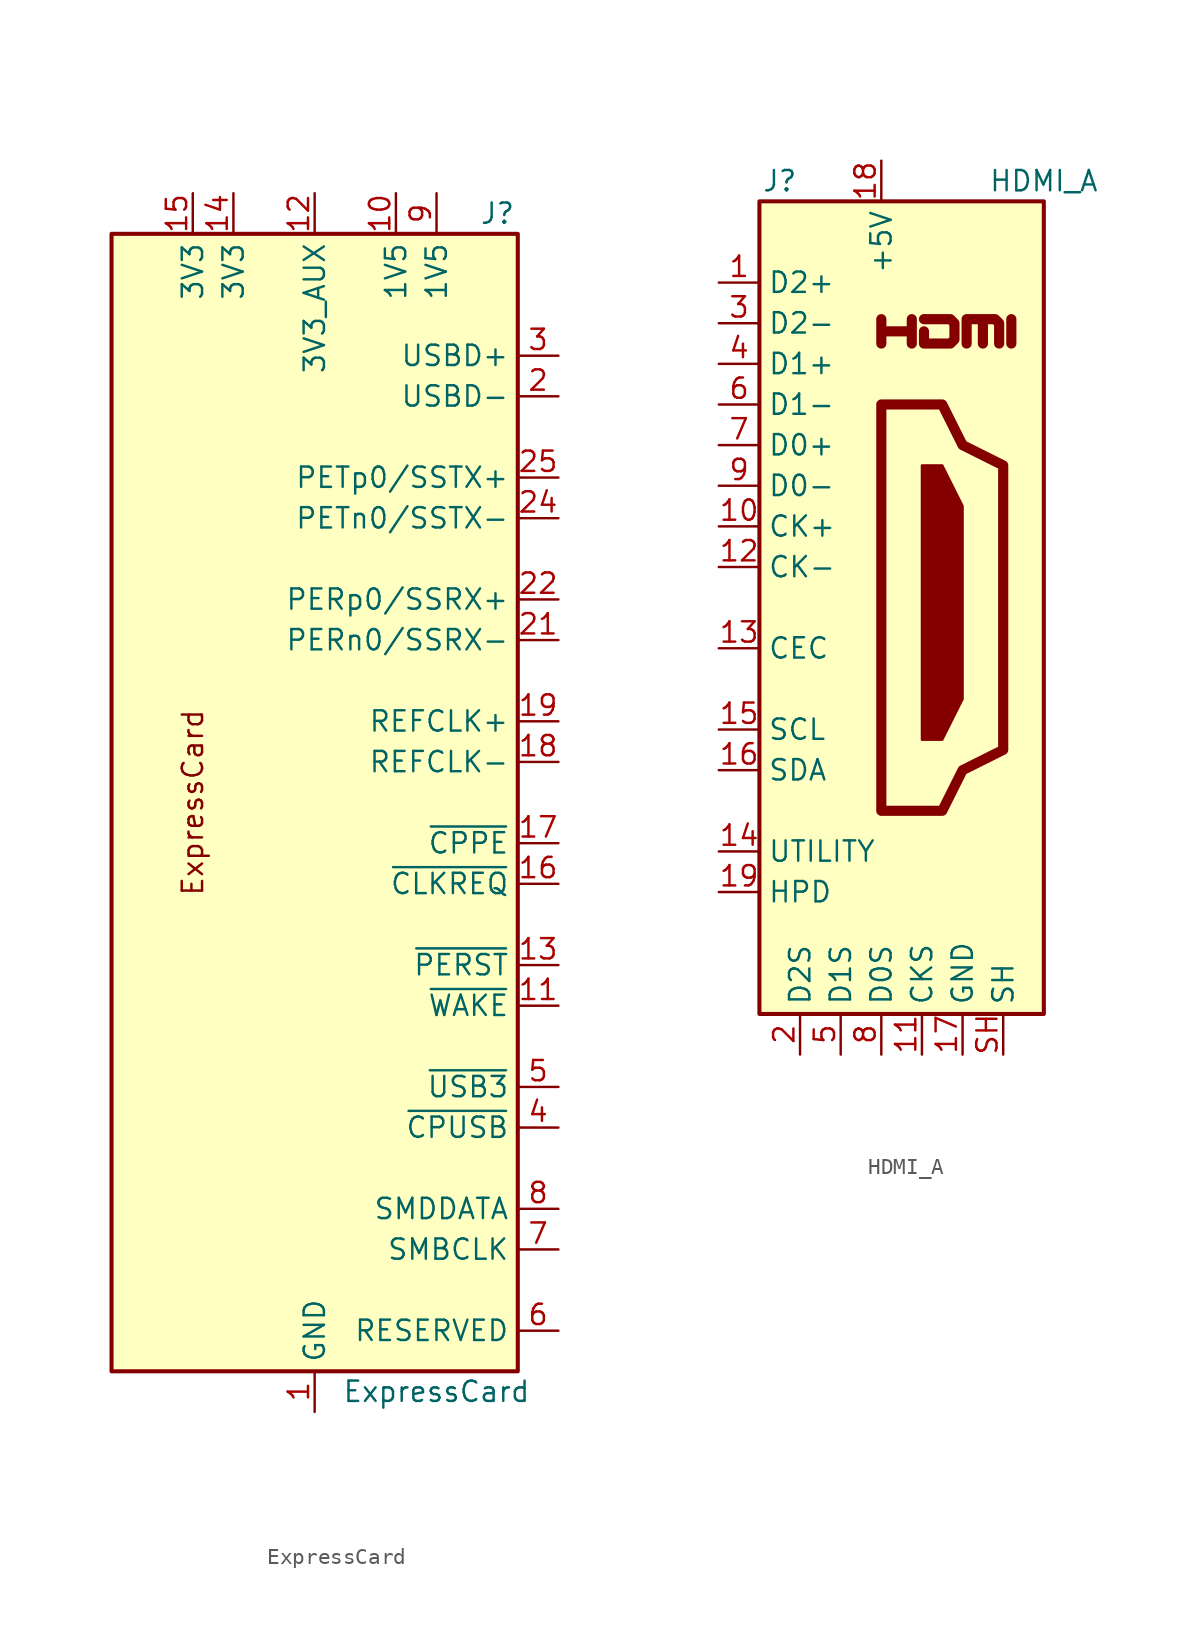
<source format=kicad_sym>
(kicad_symbol_lib
  (version 20220914)
  (generator kicad_symbol_editor)
  (symbol "ExpressCard"
    (property "Reference" "J"
      (at 11.43 36.83 0)
      (effects (font (size 1.27 1.27))))
    (property "Value" "ExpressCard"
      (at 7.62 -36.83 0)
      (effects (font (size 1.27 1.27))))
    (symbol "ExpressCard_0_0"
      (text "ExpressCard" (at -7.62 0 900) (effects (font (size 1.27 1.27)))))
    (symbol "ExpressCard_0_1"
      (rectangle (start -12.7 35.56) (end 12.7 -35.56) (stroke (width 0.254) (type solid)) (fill (type background))))
    (symbol "ExpressCard_1_1"
      (pin power_out line (at 0 -38.1 90) (length 2.54) (name "GND" (effects (font (size 1.27 1.27)))) (number "1" (effects (font (size 1.27 1.27)))))
      (pin power_out line (at 5.08 38.1 270) (length 2.54) (name "1V5" (effects (font (size 1.27 1.27)))) (number "10" (effects (font (size 1.27 1.27)))))
      (pin input line (at 15.24 -12.7 180) (length 2.54) (name "~{WAKE}" (effects (font (size 1.27 1.27)))) (number "11" (effects (font (size 1.27 1.27)))))
      (pin power_out line (at 0 38.1 270) (length 2.54) (name "3V3_AUX" (effects (font (size 1.27 1.27)))) (number "12" (effects (font (size 1.27 1.27)))))
      (pin output line (at 15.24 -10.16 180) (length 2.54) (name "~{PERST}" (effects (font (size 1.27 1.27)))) (number "13" (effects (font (size 1.27 1.27)))))
      (pin power_out line (at -5.08 38.1 270) (length 2.54) (name "3V3" (effects (font (size 1.27 1.27)))) (number "14" (effects (font (size 1.27 1.27)))))
      (pin power_out line (at -7.62 38.1 270) (length 2.54) (name "3V3" (effects (font (size 1.27 1.27)))) (number "15" (effects (font (size 1.27 1.27)))))
      (pin input line (at 15.24 -5.08 180) (length 2.54) (name "~{CLKREQ}" (effects (font (size 1.27 1.27)))) (number "16" (effects (font (size 1.27 1.27)))))
      (pin input line (at 15.24 -2.54 180) (length 2.54) (name "~{CPPE}" (effects (font (size 1.27 1.27)))) (number "17" (effects (font (size 1.27 1.27)))))
      (pin output line (at 15.24 2.54 180) (length 2.54) (name "REFCLK-" (effects (font (size 1.27 1.27)))) (number "18" (effects (font (size 1.27 1.27)))))
      (pin output line (at 15.24 5.08 180) (length 2.54) (name "REFCLK+" (effects (font (size 1.27 1.27)))) (number "19" (effects (font (size 1.27 1.27)))))
      (pin bidirectional line (at 15.24 25.4 180) (length 2.54) (name "USBD-" (effects (font (size 1.27 1.27)))) (number "2" (effects (font (size 1.27 1.27)))))
      (pin passive line (at 0 -38.1 90) (length 2.54) hide (name "GND" (effects (font (size 1.27 1.27)))) (number "20" (effects (font (size 1.27 1.27)))))
      (pin input line (at 15.24 10.16 180) (length 2.54) (name "PERn0/SSRX-" (effects (font (size 1.27 1.27)))) (number "21" (effects (font (size 1.27 1.27)))))
      (pin input line (at 15.24 12.7 180) (length 2.54) (name "PERp0/SSRX+" (effects (font (size 1.27 1.27)))) (number "22" (effects (font (size 1.27 1.27)))))
      (pin passive line (at 0 -38.1 90) (length 2.54) hide (name "GND" (effects (font (size 1.27 1.27)))) (number "23" (effects (font (size 1.27 1.27)))))
      (pin output line (at 15.24 17.78 180) (length 2.54) (name "PETn0/SSTX-" (effects (font (size 1.27 1.27)))) (number "24" (effects (font (size 1.27 1.27)))))
      (pin output line (at 15.24 20.32 180) (length 2.54) (name "PETp0/SSTX+" (effects (font (size 1.27 1.27)))) (number "25" (effects (font (size 1.27 1.27)))))
      (pin passive line (at 0 -38.1 90) (length 2.54) hide (name "GND" (effects (font (size 1.27 1.27)))) (number "26" (effects (font (size 1.27 1.27)))))
      (pin bidirectional line (at 15.24 27.94 180) (length 2.54) (name "USBD+" (effects (font (size 1.27 1.27)))) (number "3" (effects (font (size 1.27 1.27)))))
      (pin input line (at 15.24 -20.32 180) (length 2.54) (name "~{CPUSB}" (effects (font (size 1.27 1.27)))) (number "4" (effects (font (size 1.27 1.27)))))
      (pin bidirectional line (at 15.24 -17.78 180) (length 2.54) (name "~{USB3}" (effects (font (size 1.27 1.27)))) (number "5" (effects (font (size 1.27 1.27)))))
      (pin passive line (at 15.24 -33.02 180) (length 2.54) (name "RESERVED" (effects (font (size 1.27 1.27)))) (number "6" (effects (font (size 1.27 1.27)))))
      (pin output line (at 15.24 -27.94 180) (length 2.54) (name "SMBCLK" (effects (font (size 1.27 1.27)))) (number "7" (effects (font (size 1.27 1.27)))))
      (pin bidirectional line (at 15.24 -25.4 180) (length 2.54) (name "SMDDATA" (effects (font (size 1.27 1.27)))) (number "8" (effects (font (size 1.27 1.27)))))
      (pin power_out line (at 7.62 38.1 270) (length 2.54) (name "1V5" (effects (font (size 1.27 1.27)))) (number "9" (effects (font (size 1.27 1.27)))))))
  (symbol "HDMI_A"
    (property "Reference" "J"
      (at -6.35 26.67 0)
      (effects (font (size 1.27 1.27))))
    (property "Value" "HDMI_A"
      (at 10.16 26.67 0)
      (effects (font (size 1.27 1.27))))
    (symbol "HDMI_A_0_0"
      (polyline (pts (xy 8.128 16.51) (xy 8.128 18.034)) (stroke (width 0.635) (type solid)) (fill (type none)))
      (polyline (pts (xy 0 16.51) (xy 0 18.034) (xy 0 17.272) (xy 1.905 17.272) (xy 1.905 18.034) (xy 1.905 16.51)) (stroke (width 0.635) (type solid)) (fill (type none)))
      (polyline (pts (xy 2.667 18.034) (xy 4.318 18.034) (xy 4.572 17.78) (xy 4.572 16.764) (xy 4.318 16.51) (xy 2.667 16.51) (xy 2.667 17.272)) (stroke (width 0.635) (type solid)) (fill (type none))))
    (symbol "HDMI_A_0_1"
      (rectangle (start -7.62 25.4) (end 10.16 -25.4) (stroke (width 0.254) (type solid)) (fill (type background)))
      (polyline (pts (xy 2.54 8.89) (xy 3.81 8.89) (xy 5.08 6.35) (xy 5.08 -5.715) (xy 3.81 -8.255) (xy 2.54 -8.255) (xy 2.54 8.89)) (stroke (width 0) (type solid)) (fill (type outline)))
      (polyline (pts (xy 5.334 16.51) (xy 5.334 18.034) (xy 6.35 18.034) (xy 6.35 16.51) (xy 6.35 18.034) (xy 7.112 18.034) (xy 7.366 17.78) (xy 7.366 16.51)) (stroke (width 0.635) (type solid)) (fill (type none)))
      (polyline (pts (xy 0 12.7) (xy 0 -12.7) (xy 3.81 -12.7) (xy 5.08 -10.16) (xy 7.62 -8.89) (xy 7.62 8.89) (xy 5.08 10.16) (xy 3.81 12.7) (xy 0 12.7)) (stroke (width 0.635) (type solid)) (fill (type none))))
    (symbol "HDMI_A_1_1"
      (pin passive line (at -10.16 20.32 0) (length 2.54) (name "D2+" (effects (font (size 1.27 1.27)))) (number "1" (effects (font (size 1.27 1.27)))))
      (pin passive line (at -10.16 5.08 0) (length 2.54) (name "CK+" (effects (font (size 1.27 1.27)))) (number "10" (effects (font (size 1.27 1.27)))))
      (pin power_in line (at 2.54 -27.94 90) (length 2.54) (name "CKS" (effects (font (size 1.27 1.27)))) (number "11" (effects (font (size 1.27 1.27)))))
      (pin passive line (at -10.16 2.54 0) (length 2.54) (name "CK-" (effects (font (size 1.27 1.27)))) (number "12" (effects (font (size 1.27 1.27)))))
      (pin bidirectional line (at -10.16 -2.54 0) (length 2.54) (name "CEC" (effects (font (size 1.27 1.27)))) (number "13" (effects (font (size 1.27 1.27)))))
      (pin passive line (at -10.16 -15.24 0) (length 2.54) (name "UTILITY" (effects (font (size 1.27 1.27)))) (number "14" (effects (font (size 1.27 1.27)))))
      (pin passive line (at -10.16 -7.62 0) (length 2.54) (name "SCL" (effects (font (size 1.27 1.27)))) (number "15" (effects (font (size 1.27 1.27)))))
      (pin bidirectional line (at -10.16 -10.16 0) (length 2.54) (name "SDA" (effects (font (size 1.27 1.27)))) (number "16" (effects (font (size 1.27 1.27)))))
      (pin power_in line (at 5.08 -27.94 90) (length 2.54) (name "GND" (effects (font (size 1.27 1.27)))) (number "17" (effects (font (size 1.27 1.27)))))
      (pin power_in line (at 0 27.94 270) (length 2.54) (name "+5V" (effects (font (size 1.27 1.27)))) (number "18" (effects (font (size 1.27 1.27)))))
      (pin passive line (at -10.16 -17.78 0) (length 2.54) (name "HPD" (effects (font (size 1.27 1.27)))) (number "19" (effects (font (size 1.27 1.27)))))
      (pin power_in line (at -5.08 -27.94 90) (length 2.54) (name "D2S" (effects (font (size 1.27 1.27)))) (number "2" (effects (font (size 1.27 1.27)))))
      (pin passive line (at -10.16 17.78 0) (length 2.54) (name "D2-" (effects (font (size 1.27 1.27)))) (number "3" (effects (font (size 1.27 1.27)))))
      (pin passive line (at -10.16 15.24 0) (length 2.54) (name "D1+" (effects (font (size 1.27 1.27)))) (number "4" (effects (font (size 1.27 1.27)))))
      (pin power_in line (at -2.54 -27.94 90) (length 2.54) (name "D1S" (effects (font (size 1.27 1.27)))) (number "5" (effects (font (size 1.27 1.27)))))
      (pin passive line (at -10.16 12.7 0) (length 2.54) (name "D1-" (effects (font (size 1.27 1.27)))) (number "6" (effects (font (size 1.27 1.27)))))
      (pin passive line (at -10.16 10.16 0) (length 2.54) (name "D0+" (effects (font (size 1.27 1.27)))) (number "7" (effects (font (size 1.27 1.27)))))
      (pin power_in line (at 0 -27.94 90) (length 2.54) (name "D0S" (effects (font (size 1.27 1.27)))) (number "8" (effects (font (size 1.27 1.27)))))
      (pin passive line (at -10.16 7.62 0) (length 2.54) (name "D0-" (effects (font (size 1.27 1.27)))) (number "9" (effects (font (size 1.27 1.27)))))
      (pin passive line (at 7.62 -27.94 90) (length 2.54) (name "SH" (effects (font (size 1.27 1.27)))) (number "SH" (effects (font (size 1.27 1.27))))))))
</source>
